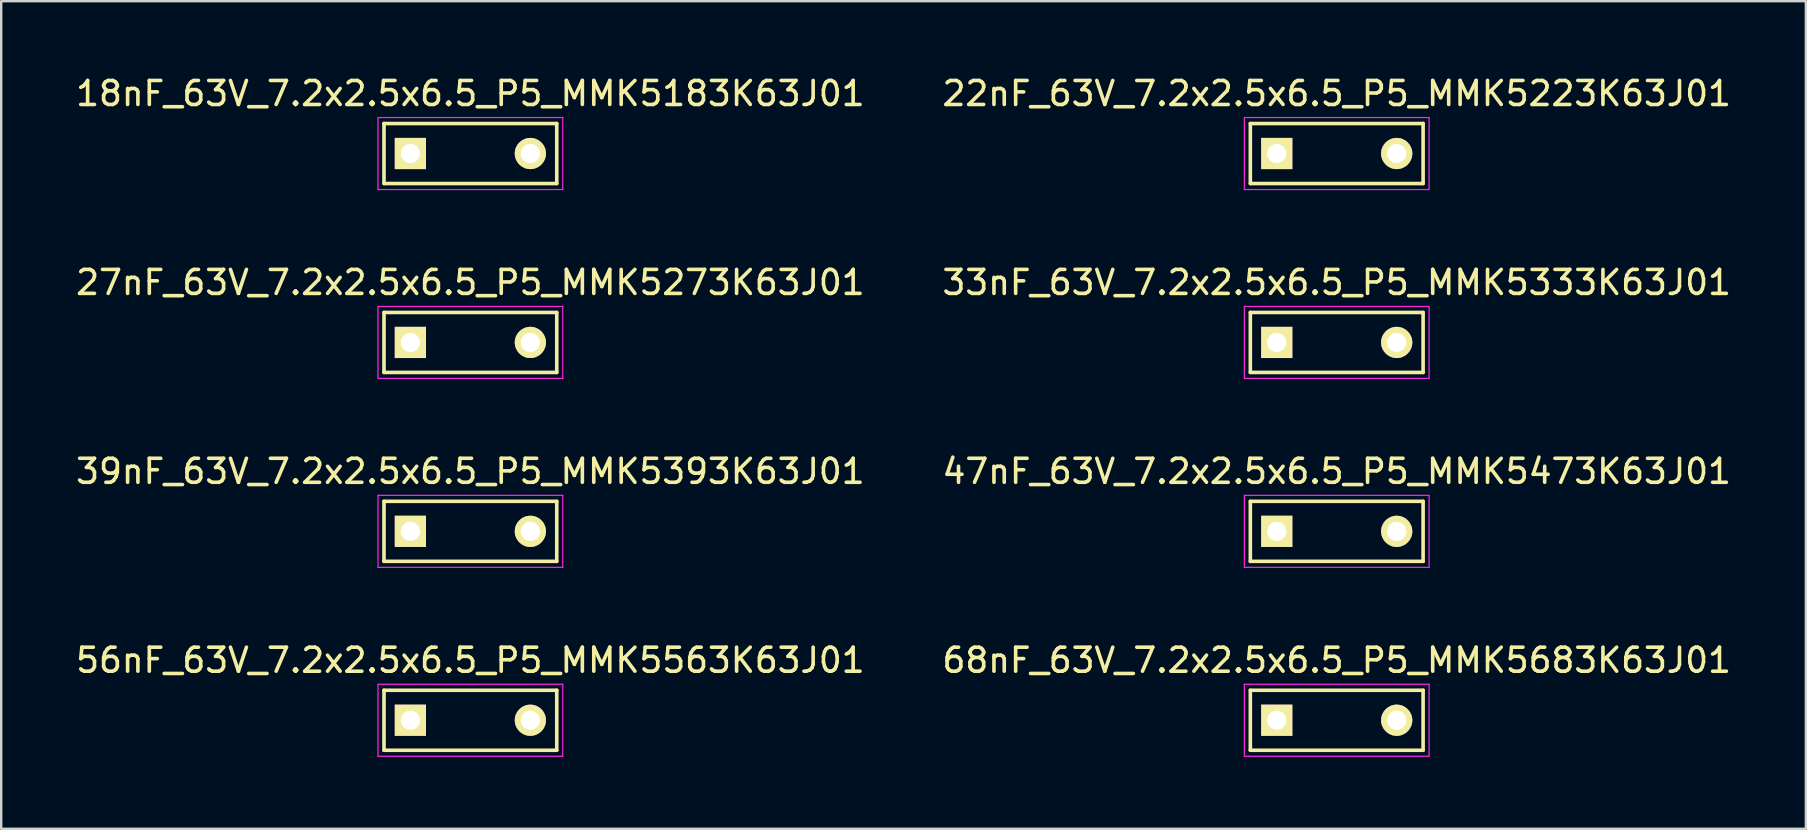
<source format=kicad_pcb>
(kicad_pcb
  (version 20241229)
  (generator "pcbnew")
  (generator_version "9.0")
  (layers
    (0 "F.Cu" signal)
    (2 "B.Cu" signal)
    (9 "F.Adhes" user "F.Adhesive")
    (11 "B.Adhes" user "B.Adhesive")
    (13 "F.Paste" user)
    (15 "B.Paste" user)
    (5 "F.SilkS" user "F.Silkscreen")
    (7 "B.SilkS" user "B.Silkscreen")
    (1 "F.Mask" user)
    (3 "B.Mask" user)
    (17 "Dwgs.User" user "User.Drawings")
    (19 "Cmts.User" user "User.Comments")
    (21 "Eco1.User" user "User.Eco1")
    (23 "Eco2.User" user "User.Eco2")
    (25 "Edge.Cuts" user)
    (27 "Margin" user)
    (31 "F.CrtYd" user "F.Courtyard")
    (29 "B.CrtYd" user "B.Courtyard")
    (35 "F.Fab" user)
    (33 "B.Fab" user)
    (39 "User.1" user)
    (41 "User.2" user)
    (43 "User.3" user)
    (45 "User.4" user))
  (footprint "18nF_63V_7.2x2.5x6.5_P5_MMK5183K63J01"
    (layer "F.Cu")
    (at 14.054 3.348)
    (property "Reference" "18nF_63V_7.2x2.5x6.5_P5_MMK5183K63J01" (at 2.5 -2.5 0) (layer "F.SilkS") (effects (font (size 1 1) (thickness 0.15))))
    (attr through_hole)
    (fp_line (start -1.1 -1.25) (end 6.1 -1.25) (stroke (width 0.15) (type solid)) (layer "F.SilkS"))
    (fp_line (start -1.1 1.25) (end -1.1 -1.25) (stroke (width 0.15) (type solid)) (layer "F.SilkS"))
    (fp_line (start 6.1 -1.25) (end 6.1 1.25) (stroke (width 0.15) (type solid)) (layer "F.SilkS"))
    (fp_line (start 6.1 1.25) (end -1.1 1.25) (stroke (width 0.15) (type solid)) (layer "F.SilkS"))
    (fp_line (start -1.35 1.5) (end -1.35 -1.5) (stroke (width 0.05) (type solid)) (layer "F.CrtYd"))
    (fp_line (start -1.15 -1.5) (end -1.35 -1.5) (stroke (width 0.05) (type solid)) (layer "F.CrtYd"))
    (fp_line (start -1.15 -1.5) (end 6.35 -1.5) (stroke (width 0.05) (type solid)) (layer "F.CrtYd"))
    (fp_line (start -1.15 1.5) (end -1.35 1.5) (stroke (width 0.05) (type solid)) (layer "F.CrtYd"))
    (fp_line (start 6.35 -1.5) (end 6.35 1.5) (stroke (width 0.05) (type solid)) (layer "F.CrtYd"))
    (fp_line (start 6.35 1.5) (end -1.15 1.5) (stroke (width 0.05) (type solid)) (layer "F.CrtYd"))
    (pad "1" thru_hole rect (at 0 0) (size 1.3 1.3) (drill 0.8) (layers "*.Cu" "*.Mask" "F.SilkS"))
    (pad "2" thru_hole circle (at 5 0) (size 1.3 1.3) (drill 0.8) (layers "*.Cu" "*.Mask" "F.SilkS")))
  (footprint "56nF_63V_7.2x2.5x6.5_P5_MMK5563K63J01"
    (layer "F.Cu")
    (at 14.054 26.968)
    (property "Reference" "56nF_63V_7.2x2.5x6.5_P5_MMK5563K63J01" (at 2.5 -2.5 0) (layer "F.SilkS") (effects (font (size 1 1) (thickness 0.15))))
    (attr through_hole)
    (fp_line (start -1.1 -1.25) (end 6.1 -1.25) (stroke (width 0.15) (type solid)) (layer "F.SilkS"))
    (fp_line (start -1.1 1.25) (end -1.1 -1.25) (stroke (width 0.15) (type solid)) (layer "F.SilkS"))
    (fp_line (start 6.1 -1.25) (end 6.1 1.25) (stroke (width 0.15) (type solid)) (layer "F.SilkS"))
    (fp_line (start 6.1 1.25) (end -1.1 1.25) (stroke (width 0.15) (type solid)) (layer "F.SilkS"))
    (fp_line (start -1.35 1.5) (end -1.35 -1.5) (stroke (width 0.05) (type solid)) (layer "F.CrtYd"))
    (fp_line (start -1.15 -1.5) (end -1.35 -1.5) (stroke (width 0.05) (type solid)) (layer "F.CrtYd"))
    (fp_line (start -1.15 -1.5) (end 6.35 -1.5) (stroke (width 0.05) (type solid)) (layer "F.CrtYd"))
    (fp_line (start -1.15 1.5) (end -1.35 1.5) (stroke (width 0.05) (type solid)) (layer "F.CrtYd"))
    (fp_line (start 6.35 -1.5) (end 6.35 1.5) (stroke (width 0.05) (type solid)) (layer "F.CrtYd"))
    (fp_line (start 6.35 1.5) (end -1.15 1.5) (stroke (width 0.05) (type solid)) (layer "F.CrtYd"))
    (pad "1" thru_hole rect (at 0 0) (size 1.3 1.3) (drill 0.8) (layers "*.Cu" "*.Mask" "F.SilkS"))
    (pad "2" thru_hole circle (at 5 0) (size 1.3 1.3) (drill 0.8) (layers "*.Cu" "*.Mask" "F.SilkS")))
  (footprint "39nF_63V_7.2x2.5x6.5_P5_MMK5393K63J01"
    (layer "F.Cu")
    (at 14.054 19.095)
    (property "Reference" "39nF_63V_7.2x2.5x6.5_P5_MMK5393K63J01" (at 2.5 -2.5 0) (layer "F.SilkS") (effects (font (size 1 1) (thickness 0.15))))
    (attr through_hole)
    (fp_line (start -1.1 -1.25) (end 6.1 -1.25) (stroke (width 0.15) (type solid)) (layer "F.SilkS"))
    (fp_line (start -1.1 1.25) (end -1.1 -1.25) (stroke (width 0.15) (type solid)) (layer "F.SilkS"))
    (fp_line (start 6.1 -1.25) (end 6.1 1.25) (stroke (width 0.15) (type solid)) (layer "F.SilkS"))
    (fp_line (start 6.1 1.25) (end -1.1 1.25) (stroke (width 0.15) (type solid)) (layer "F.SilkS"))
    (fp_line (start -1.35 1.5) (end -1.35 -1.5) (stroke (width 0.05) (type solid)) (layer "F.CrtYd"))
    (fp_line (start -1.15 -1.5) (end -1.35 -1.5) (stroke (width 0.05) (type solid)) (layer "F.CrtYd"))
    (fp_line (start -1.15 -1.5) (end 6.35 -1.5) (stroke (width 0.05) (type solid)) (layer "F.CrtYd"))
    (fp_line (start -1.15 1.5) (end -1.35 1.5) (stroke (width 0.05) (type solid)) (layer "F.CrtYd"))
    (fp_line (start 6.35 -1.5) (end 6.35 1.5) (stroke (width 0.05) (type solid)) (layer "F.CrtYd"))
    (fp_line (start 6.35 1.5) (end -1.15 1.5) (stroke (width 0.05) (type solid)) (layer "F.CrtYd"))
    (pad "1" thru_hole rect (at 0 0) (size 1.3 1.3) (drill 0.8) (layers "*.Cu" "*.Mask" "F.SilkS"))
    (pad "2" thru_hole circle (at 5 0) (size 1.3 1.3) (drill 0.8) (layers "*.Cu" "*.Mask" "F.SilkS")))
  (footprint "47nF_63V_7.2x2.5x6.5_P5_MMK5473K63J01"
    (layer "F.Cu")
    (at 50.161 19.095)
    (property "Reference" "47nF_63V_7.2x2.5x6.5_P5_MMK5473K63J01" (at 2.5 -2.5 0) (layer "F.SilkS") (effects (font (size 1 1) (thickness 0.15))))
    (attr through_hole)
    (fp_line (start -1.1 -1.25) (end 6.1 -1.25) (stroke (width 0.15) (type solid)) (layer "F.SilkS"))
    (fp_line (start -1.1 1.25) (end -1.1 -1.25) (stroke (width 0.15) (type solid)) (layer "F.SilkS"))
    (fp_line (start 6.1 -1.25) (end 6.1 1.25) (stroke (width 0.15) (type solid)) (layer "F.SilkS"))
    (fp_line (start 6.1 1.25) (end -1.1 1.25) (stroke (width 0.15) (type solid)) (layer "F.SilkS"))
    (fp_line (start -1.35 1.5) (end -1.35 -1.5) (stroke (width 0.05) (type solid)) (layer "F.CrtYd"))
    (fp_line (start -1.15 -1.5) (end -1.35 -1.5) (stroke (width 0.05) (type solid)) (layer "F.CrtYd"))
    (fp_line (start -1.15 -1.5) (end 6.35 -1.5) (stroke (width 0.05) (type solid)) (layer "F.CrtYd"))
    (fp_line (start -1.15 1.5) (end -1.35 1.5) (stroke (width 0.05) (type solid)) (layer "F.CrtYd"))
    (fp_line (start 6.35 -1.5) (end 6.35 1.5) (stroke (width 0.05) (type solid)) (layer "F.CrtYd"))
    (fp_line (start 6.35 1.5) (end -1.15 1.5) (stroke (width 0.05) (type solid)) (layer "F.CrtYd"))
    (pad "1" thru_hole rect (at 0 0) (size 1.3 1.3) (drill 0.8) (layers "*.Cu" "*.Mask" "F.SilkS"))
    (pad "2" thru_hole circle (at 5 0) (size 1.3 1.3) (drill 0.8) (layers "*.Cu" "*.Mask" "F.SilkS")))
  (footprint "68nF_63V_7.2x2.5x6.5_P5_MMK5683K63J01"
    (layer "F.Cu")
    (at 50.161 26.968)
    (property "Reference" "68nF_63V_7.2x2.5x6.5_P5_MMK5683K63J01" (at 2.5 -2.5 0) (layer "F.SilkS") (effects (font (size 1 1) (thickness 0.15))))
    (attr through_hole)
    (fp_line (start -1.1 -1.25) (end 6.1 -1.25) (stroke (width 0.15) (type solid)) (layer "F.SilkS"))
    (fp_line (start -1.1 1.25) (end -1.1 -1.25) (stroke (width 0.15) (type solid)) (layer "F.SilkS"))
    (fp_line (start 6.1 -1.25) (end 6.1 1.25) (stroke (width 0.15) (type solid)) (layer "F.SilkS"))
    (fp_line (start 6.1 1.25) (end -1.1 1.25) (stroke (width 0.15) (type solid)) (layer "F.SilkS"))
    (fp_line (start -1.35 1.5) (end -1.35 -1.5) (stroke (width 0.05) (type solid)) (layer "F.CrtYd"))
    (fp_line (start -1.15 -1.5) (end -1.35 -1.5) (stroke (width 0.05) (type solid)) (layer "F.CrtYd"))
    (fp_line (start -1.15 -1.5) (end 6.35 -1.5) (stroke (width 0.05) (type solid)) (layer "F.CrtYd"))
    (fp_line (start -1.15 1.5) (end -1.35 1.5) (stroke (width 0.05) (type solid)) (layer "F.CrtYd"))
    (fp_line (start 6.35 -1.5) (end 6.35 1.5) (stroke (width 0.05) (type solid)) (layer "F.CrtYd"))
    (fp_line (start 6.35 1.5) (end -1.15 1.5) (stroke (width 0.05) (type solid)) (layer "F.CrtYd"))
    (pad "1" thru_hole rect (at 0 0) (size 1.3 1.3) (drill 0.8) (layers "*.Cu" "*.Mask" "F.SilkS"))
    (pad "2" thru_hole circle (at 5 0) (size 1.3 1.3) (drill 0.8) (layers "*.Cu" "*.Mask" "F.SilkS")))
  (footprint "22nF_63V_7.2x2.5x6.5_P5_MMK5223K63J01"
    (layer "F.Cu")
    (at 50.161 3.348)
    (property "Reference" "22nF_63V_7.2x2.5x6.5_P5_MMK5223K63J01" (at 2.5 -2.5 0) (layer "F.SilkS") (effects (font (size 1 1) (thickness 0.15))))
    (attr through_hole)
    (fp_line (start -1.1 -1.25) (end 6.1 -1.25) (stroke (width 0.15) (type solid)) (layer "F.SilkS"))
    (fp_line (start -1.1 1.25) (end -1.1 -1.25) (stroke (width 0.15) (type solid)) (layer "F.SilkS"))
    (fp_line (start 6.1 -1.25) (end 6.1 1.25) (stroke (width 0.15) (type solid)) (layer "F.SilkS"))
    (fp_line (start 6.1 1.25) (end -1.1 1.25) (stroke (width 0.15) (type solid)) (layer "F.SilkS"))
    (fp_line (start -1.35 1.5) (end -1.35 -1.5) (stroke (width 0.05) (type solid)) (layer "F.CrtYd"))
    (fp_line (start -1.15 -1.5) (end -1.35 -1.5) (stroke (width 0.05) (type solid)) (layer "F.CrtYd"))
    (fp_line (start -1.15 -1.5) (end 6.35 -1.5) (stroke (width 0.05) (type solid)) (layer "F.CrtYd"))
    (fp_line (start -1.15 1.5) (end -1.35 1.5) (stroke (width 0.05) (type solid)) (layer "F.CrtYd"))
    (fp_line (start 6.35 -1.5) (end 6.35 1.5) (stroke (width 0.05) (type solid)) (layer "F.CrtYd"))
    (fp_line (start 6.35 1.5) (end -1.15 1.5) (stroke (width 0.05) (type solid)) (layer "F.CrtYd"))
    (pad "1" thru_hole rect (at 0 0) (size 1.3 1.3) (drill 0.8) (layers "*.Cu" "*.Mask" "F.SilkS"))
    (pad "2" thru_hole circle (at 5 0) (size 1.3 1.3) (drill 0.8) (layers "*.Cu" "*.Mask" "F.SilkS")))
  (footprint "33nF_63V_7.2x2.5x6.5_P5_MMK5333K63J01"
    (layer "F.Cu")
    (at 50.161 11.222)
    (property "Reference" "33nF_63V_7.2x2.5x6.5_P5_MMK5333K63J01" (at 2.5 -2.5 0) (layer "F.SilkS") (effects (font (size 1 1) (thickness 0.15))))
    (attr through_hole)
    (fp_line (start -1.1 -1.25) (end 6.1 -1.25) (stroke (width 0.15) (type solid)) (layer "F.SilkS"))
    (fp_line (start -1.1 1.25) (end -1.1 -1.25) (stroke (width 0.15) (type solid)) (layer "F.SilkS"))
    (fp_line (start 6.1 -1.25) (end 6.1 1.25) (stroke (width 0.15) (type solid)) (layer "F.SilkS"))
    (fp_line (start 6.1 1.25) (end -1.1 1.25) (stroke (width 0.15) (type solid)) (layer "F.SilkS"))
    (fp_line (start -1.35 1.5) (end -1.35 -1.5) (stroke (width 0.05) (type solid)) (layer "F.CrtYd"))
    (fp_line (start -1.15 -1.5) (end -1.35 -1.5) (stroke (width 0.05) (type solid)) (layer "F.CrtYd"))
    (fp_line (start -1.15 -1.5) (end 6.35 -1.5) (stroke (width 0.05) (type solid)) (layer "F.CrtYd"))
    (fp_line (start -1.15 1.5) (end -1.35 1.5) (stroke (width 0.05) (type solid)) (layer "F.CrtYd"))
    (fp_line (start 6.35 -1.5) (end 6.35 1.5) (stroke (width 0.05) (type solid)) (layer "F.CrtYd"))
    (fp_line (start 6.35 1.5) (end -1.15 1.5) (stroke (width 0.05) (type solid)) (layer "F.CrtYd"))
    (pad "1" thru_hole rect (at 0 0) (size 1.3 1.3) (drill 0.8) (layers "*.Cu" "*.Mask" "F.SilkS"))
    (pad "2" thru_hole circle (at 5 0) (size 1.3 1.3) (drill 0.8) (layers "*.Cu" "*.Mask" "F.SilkS")))
  (footprint "27nF_63V_7.2x2.5x6.5_P5_MMK5273K63J01"
    (layer "F.Cu")
    (at 14.054 11.222)
    (property "Reference" "27nF_63V_7.2x2.5x6.5_P5_MMK5273K63J01" (at 2.5 -2.5 0) (layer "F.SilkS") (effects (font (size 1 1) (thickness 0.15))))
    (attr through_hole)
    (fp_line (start -1.1 -1.25) (end 6.1 -1.25) (stroke (width 0.15) (type solid)) (layer "F.SilkS"))
    (fp_line (start -1.1 1.25) (end -1.1 -1.25) (stroke (width 0.15) (type solid)) (layer "F.SilkS"))
    (fp_line (start 6.1 -1.25) (end 6.1 1.25) (stroke (width 0.15) (type solid)) (layer "F.SilkS"))
    (fp_line (start 6.1 1.25) (end -1.1 1.25) (stroke (width 0.15) (type solid)) (layer "F.SilkS"))
    (fp_line (start -1.35 1.5) (end -1.35 -1.5) (stroke (width 0.05) (type solid)) (layer "F.CrtYd"))
    (fp_line (start -1.15 -1.5) (end -1.35 -1.5) (stroke (width 0.05) (type solid)) (layer "F.CrtYd"))
    (fp_line (start -1.15 -1.5) (end 6.35 -1.5) (stroke (width 0.05) (type solid)) (layer "F.CrtYd"))
    (fp_line (start -1.15 1.5) (end -1.35 1.5) (stroke (width 0.05) (type solid)) (layer "F.CrtYd"))
    (fp_line (start 6.35 -1.5) (end 6.35 1.5) (stroke (width 0.05) (type solid)) (layer "F.CrtYd"))
    (fp_line (start 6.35 1.5) (end -1.15 1.5) (stroke (width 0.05) (type solid)) (layer "F.CrtYd"))
    (pad "1" thru_hole rect (at 0 0) (size 1.3 1.3) (drill 0.8) (layers "*.Cu" "*.Mask" "F.SilkS"))
    (pad "2" thru_hole circle (at 5 0) (size 1.3 1.3) (drill 0.8) (layers "*.Cu" "*.Mask" "F.SilkS")))
  (gr_rect
    (start -3 -3)
    (end 72.214 31.493)
    (stroke (width 0.1) (type default))
    (fill no)
    (layer "Edge.Cuts")))
</source>
